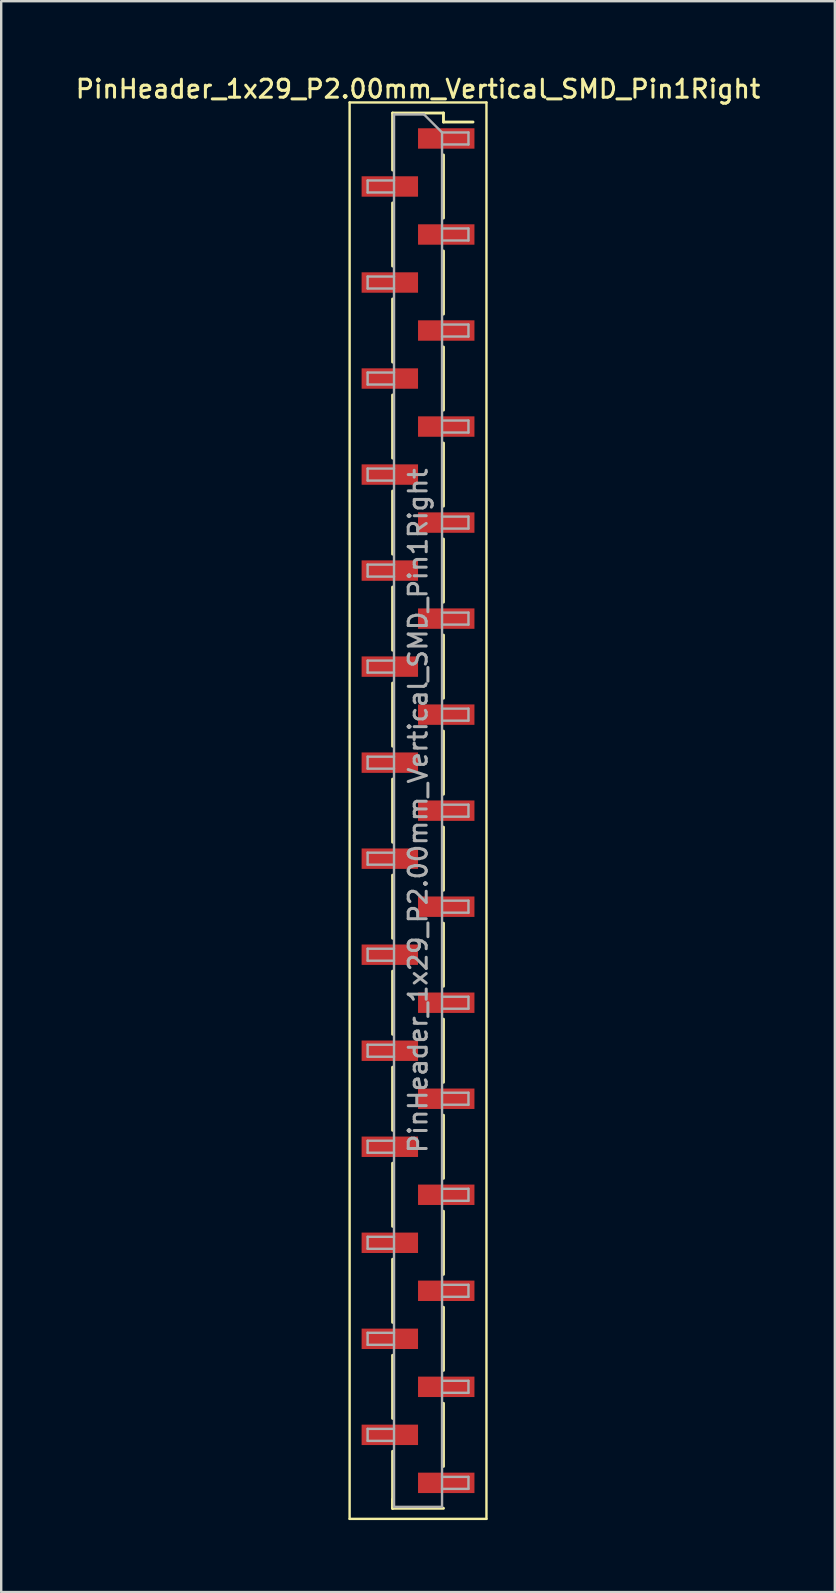
<source format=kicad_pcb>
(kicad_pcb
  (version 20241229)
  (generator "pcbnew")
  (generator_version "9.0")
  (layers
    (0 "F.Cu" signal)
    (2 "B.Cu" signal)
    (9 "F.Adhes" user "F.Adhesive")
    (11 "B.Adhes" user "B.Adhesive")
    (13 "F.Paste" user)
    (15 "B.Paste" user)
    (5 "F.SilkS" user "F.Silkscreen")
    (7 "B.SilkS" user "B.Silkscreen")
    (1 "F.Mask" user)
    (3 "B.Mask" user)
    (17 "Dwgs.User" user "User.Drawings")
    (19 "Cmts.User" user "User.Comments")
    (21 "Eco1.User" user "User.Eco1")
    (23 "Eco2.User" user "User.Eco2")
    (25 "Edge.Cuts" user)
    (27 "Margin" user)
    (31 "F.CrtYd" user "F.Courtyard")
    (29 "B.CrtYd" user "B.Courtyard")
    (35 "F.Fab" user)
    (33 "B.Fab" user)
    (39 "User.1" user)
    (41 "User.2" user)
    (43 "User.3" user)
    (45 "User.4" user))
  (footprint "PinHeader_1x29_P2.00mm_Vertical_SMD_Pin1Right"
    (layer "F.Cu")
    (at 14.363 30.718)
    (property "Reference" "PinHeader_1x29_P2.00mm_Vertical_SMD_Pin1Right" (at 0 -30.06 0) (layer "F.SilkS") (effects (font (size 0.75 0.75) (thickness 0.125))))
    (attr smd)
    (fp_line (start -2.85 -29.5) (end -2.85 29.5) (stroke (width 0.1) (type solid)) (layer "F.SilkS"))
    (fp_line (start -2.85 29.5) (end 2.85 29.5) (stroke (width 0.1) (type solid)) (layer "F.SilkS"))
    (fp_line (start -1.06 -29.06) (end -1.06 -26.685) (stroke (width 0.12) (type solid)) (layer "F.SilkS"))
    (fp_line (start -1.06 -29.06) (end 1.06 -29.06) (stroke (width 0.12) (type solid)) (layer "F.SilkS"))
    (fp_line (start -1.06 -25.315) (end -1.06 -22.685) (stroke (width 0.12) (type solid)) (layer "F.SilkS"))
    (fp_line (start -1.06 -21.315) (end -1.06 -18.685) (stroke (width 0.12) (type solid)) (layer "F.SilkS"))
    (fp_line (start -1.06 -17.315) (end -1.06 -14.685) (stroke (width 0.12) (type solid)) (layer "F.SilkS"))
    (fp_line (start -1.06 -13.315) (end -1.06 -10.685) (stroke (width 0.12) (type solid)) (layer "F.SilkS"))
    (fp_line (start -1.06 -9.315) (end -1.06 -6.685) (stroke (width 0.12) (type solid)) (layer "F.SilkS"))
    (fp_line (start -1.06 -5.315) (end -1.06 -2.685) (stroke (width 0.12) (type solid)) (layer "F.SilkS"))
    (fp_line (start -1.06 -1.315) (end -1.06 1.315) (stroke (width 0.12) (type solid)) (layer "F.SilkS"))
    (fp_line (start -1.06 2.685) (end -1.06 5.315) (stroke (width 0.12) (type solid)) (layer "F.SilkS"))
    (fp_line (start -1.06 6.685) (end -1.06 9.315) (stroke (width 0.12) (type solid)) (layer "F.SilkS"))
    (fp_line (start -1.06 10.685) (end -1.06 13.315) (stroke (width 0.12) (type solid)) (layer "F.SilkS"))
    (fp_line (start -1.06 14.685) (end -1.06 17.315) (stroke (width 0.12) (type solid)) (layer "F.SilkS"))
    (fp_line (start -1.06 18.685) (end -1.06 21.315) (stroke (width 0.12) (type solid)) (layer "F.SilkS"))
    (fp_line (start -1.06 22.685) (end -1.06 25.315) (stroke (width 0.12) (type solid)) (layer "F.SilkS"))
    (fp_line (start -1.06 26.685) (end -1.06 29.06) (stroke (width 0.12) (type solid)) (layer "F.SilkS"))
    (fp_line (start -1.06 28.685) (end -1.06 29.06) (stroke (width 0.12) (type solid)) (layer "F.SilkS"))
    (fp_line (start -1.06 29.06) (end 1.06 29.06) (stroke (width 0.12) (type solid)) (layer "F.SilkS"))
    (fp_line (start 1.06 -29.06) (end 1.06 -28.685) (stroke (width 0.12) (type solid)) (layer "F.SilkS"))
    (fp_line (start 1.06 -28.685) (end 2.29 -28.685) (stroke (width 0.12) (type solid)) (layer "F.SilkS"))
    (fp_line (start 1.06 -27.315) (end 1.06 -24.685) (stroke (width 0.12) (type solid)) (layer "F.SilkS"))
    (fp_line (start 1.06 -23.315) (end 1.06 -20.685) (stroke (width 0.12) (type solid)) (layer "F.SilkS"))
    (fp_line (start 1.06 -19.315) (end 1.06 -16.685) (stroke (width 0.12) (type solid)) (layer "F.SilkS"))
    (fp_line (start 1.06 -15.315) (end 1.06 -12.685) (stroke (width 0.12) (type solid)) (layer "F.SilkS"))
    (fp_line (start 1.06 -11.315) (end 1.06 -8.685) (stroke (width 0.12) (type solid)) (layer "F.SilkS"))
    (fp_line (start 1.06 -7.315) (end 1.06 -4.685) (stroke (width 0.12) (type solid)) (layer "F.SilkS"))
    (fp_line (start 1.06 -3.315) (end 1.06 -0.685) (stroke (width 0.12) (type solid)) (layer "F.SilkS"))
    (fp_line (start 1.06 0.685) (end 1.06 3.315) (stroke (width 0.12) (type solid)) (layer "F.SilkS"))
    (fp_line (start 1.06 4.685) (end 1.06 7.315) (stroke (width 0.12) (type solid)) (layer "F.SilkS"))
    (fp_line (start 1.06 8.685) (end 1.06 11.315) (stroke (width 0.12) (type solid)) (layer "F.SilkS"))
    (fp_line (start 1.06 12.685) (end 1.06 15.315) (stroke (width 0.12) (type solid)) (layer "F.SilkS"))
    (fp_line (start 1.06 16.685) (end 1.06 19.315) (stroke (width 0.12) (type solid)) (layer "F.SilkS"))
    (fp_line (start 1.06 20.685) (end 1.06 23.315) (stroke (width 0.12) (type solid)) (layer "F.SilkS"))
    (fp_line (start 1.06 24.685) (end 1.06 27.315) (stroke (width 0.12) (type solid)) (layer "F.SilkS"))
    (fp_line (start 2.85 -29.5) (end -2.85 -29.5) (stroke (width 0.1) (type solid)) (layer "F.SilkS"))
    (fp_line (start 2.85 29.5) (end 2.85 -29.5) (stroke (width 0.1) (type solid)) (layer "F.SilkS"))
    (fp_line (start -2.1 -26.25) (end -2.1 -25.75) (stroke (width 0.1) (type solid)) (layer "F.Fab"))
    (fp_line (start -2.1 -25.75) (end -1 -25.75) (stroke (width 0.1) (type solid)) (layer "F.Fab"))
    (fp_line (start -2.1 -22.25) (end -2.1 -21.75) (stroke (width 0.1) (type solid)) (layer "F.Fab"))
    (fp_line (start -2.1 -21.75) (end -1 -21.75) (stroke (width 0.1) (type solid)) (layer "F.Fab"))
    (fp_line (start -2.1 -18.25) (end -2.1 -17.75) (stroke (width 0.1) (type solid)) (layer "F.Fab"))
    (fp_line (start -2.1 -17.75) (end -1 -17.75) (stroke (width 0.1) (type solid)) (layer "F.Fab"))
    (fp_line (start -2.1 -14.25) (end -2.1 -13.75) (stroke (width 0.1) (type solid)) (layer "F.Fab"))
    (fp_line (start -2.1 -13.75) (end -1 -13.75) (stroke (width 0.1) (type solid)) (layer "F.Fab"))
    (fp_line (start -2.1 -10.25) (end -2.1 -9.75) (stroke (width 0.1) (type solid)) (layer "F.Fab"))
    (fp_line (start -2.1 -9.75) (end -1 -9.75) (stroke (width 0.1) (type solid)) (layer "F.Fab"))
    (fp_line (start -2.1 -6.25) (end -2.1 -5.75) (stroke (width 0.1) (type solid)) (layer "F.Fab"))
    (fp_line (start -2.1 -5.75) (end -1 -5.75) (stroke (width 0.1) (type solid)) (layer "F.Fab"))
    (fp_line (start -2.1 -2.25) (end -2.1 -1.75) (stroke (width 0.1) (type solid)) (layer "F.Fab"))
    (fp_line (start -2.1 -1.75) (end -1 -1.75) (stroke (width 0.1) (type solid)) (layer "F.Fab"))
    (fp_line (start -2.1 1.75) (end -2.1 2.25) (stroke (width 0.1) (type solid)) (layer "F.Fab"))
    (fp_line (start -2.1 2.25) (end -1 2.25) (stroke (width 0.1) (type solid)) (layer "F.Fab"))
    (fp_line (start -2.1 5.75) (end -2.1 6.25) (stroke (width 0.1) (type solid)) (layer "F.Fab"))
    (fp_line (start -2.1 6.25) (end -1 6.25) (stroke (width 0.1) (type solid)) (layer "F.Fab"))
    (fp_line (start -2.1 9.75) (end -2.1 10.25) (stroke (width 0.1) (type solid)) (layer "F.Fab"))
    (fp_line (start -2.1 10.25) (end -1 10.25) (stroke (width 0.1) (type solid)) (layer "F.Fab"))
    (fp_line (start -2.1 13.75) (end -2.1 14.25) (stroke (width 0.1) (type solid)) (layer "F.Fab"))
    (fp_line (start -2.1 14.25) (end -1 14.25) (stroke (width 0.1) (type solid)) (layer "F.Fab"))
    (fp_line (start -2.1 17.75) (end -2.1 18.25) (stroke (width 0.1) (type solid)) (layer "F.Fab"))
    (fp_line (start -2.1 18.25) (end -1 18.25) (stroke (width 0.1) (type solid)) (layer "F.Fab"))
    (fp_line (start -2.1 21.75) (end -2.1 22.25) (stroke (width 0.1) (type solid)) (layer "F.Fab"))
    (fp_line (start -2.1 22.25) (end -1 22.25) (stroke (width 0.1) (type solid)) (layer "F.Fab"))
    (fp_line (start -2.1 25.75) (end -2.1 26.25) (stroke (width 0.1) (type solid)) (layer "F.Fab"))
    (fp_line (start -2.1 26.25) (end -1 26.25) (stroke (width 0.1) (type solid)) (layer "F.Fab"))
    (fp_line (start -1 -29) (end -1 29) (stroke (width 0.1) (type solid)) (layer "F.Fab"))
    (fp_line (start -1 -29) (end 0.25 -29) (stroke (width 0.1) (type solid)) (layer "F.Fab"))
    (fp_line (start -1 -26.25) (end -2.1 -26.25) (stroke (width 0.1) (type solid)) (layer "F.Fab"))
    (fp_line (start -1 -22.25) (end -2.1 -22.25) (stroke (width 0.1) (type solid)) (layer "F.Fab"))
    (fp_line (start -1 -18.25) (end -2.1 -18.25) (stroke (width 0.1) (type solid)) (layer "F.Fab"))
    (fp_line (start -1 -14.25) (end -2.1 -14.25) (stroke (width 0.1) (type solid)) (layer "F.Fab"))
    (fp_line (start -1 -10.25) (end -2.1 -10.25) (stroke (width 0.1) (type solid)) (layer "F.Fab"))
    (fp_line (start -1 -6.25) (end -2.1 -6.25) (stroke (width 0.1) (type solid)) (layer "F.Fab"))
    (fp_line (start -1 -2.25) (end -2.1 -2.25) (stroke (width 0.1) (type solid)) (layer "F.Fab"))
    (fp_line (start -1 1.75) (end -2.1 1.75) (stroke (width 0.1) (type solid)) (layer "F.Fab"))
    (fp_line (start -1 5.75) (end -2.1 5.75) (stroke (width 0.1) (type solid)) (layer "F.Fab"))
    (fp_line (start -1 9.75) (end -2.1 9.75) (stroke (width 0.1) (type solid)) (layer "F.Fab"))
    (fp_line (start -1 13.75) (end -2.1 13.75) (stroke (width 0.1) (type solid)) (layer "F.Fab"))
    (fp_line (start -1 17.75) (end -2.1 17.75) (stroke (width 0.1) (type solid)) (layer "F.Fab"))
    (fp_line (start -1 21.75) (end -2.1 21.75) (stroke (width 0.1) (type solid)) (layer "F.Fab"))
    (fp_line (start -1 25.75) (end -2.1 25.75) (stroke (width 0.1) (type solid)) (layer "F.Fab"))
    (fp_line (start 1 -28.25) (end 0.25 -29) (stroke (width 0.1) (type solid)) (layer "F.Fab"))
    (fp_line (start 1 -28.25) (end 2.1 -28.25) (stroke (width 0.1) (type solid)) (layer "F.Fab"))
    (fp_line (start 1 -24.25) (end 2.1 -24.25) (stroke (width 0.1) (type solid)) (layer "F.Fab"))
    (fp_line (start 1 -20.25) (end 2.1 -20.25) (stroke (width 0.1) (type solid)) (layer "F.Fab"))
    (fp_line (start 1 -16.25) (end 2.1 -16.25) (stroke (width 0.1) (type solid)) (layer "F.Fab"))
    (fp_line (start 1 -12.25) (end 2.1 -12.25) (stroke (width 0.1) (type solid)) (layer "F.Fab"))
    (fp_line (start 1 -8.25) (end 2.1 -8.25) (stroke (width 0.1) (type solid)) (layer "F.Fab"))
    (fp_line (start 1 -4.25) (end 2.1 -4.25) (stroke (width 0.1) (type solid)) (layer "F.Fab"))
    (fp_line (start 1 -0.25) (end 2.1 -0.25) (stroke (width 0.1) (type solid)) (layer "F.Fab"))
    (fp_line (start 1 3.75) (end 2.1 3.75) (stroke (width 0.1) (type solid)) (layer "F.Fab"))
    (fp_line (start 1 7.75) (end 2.1 7.75) (stroke (width 0.1) (type solid)) (layer "F.Fab"))
    (fp_line (start 1 11.75) (end 2.1 11.75) (stroke (width 0.1) (type solid)) (layer "F.Fab"))
    (fp_line (start 1 15.75) (end 2.1 15.75) (stroke (width 0.1) (type solid)) (layer "F.Fab"))
    (fp_line (start 1 19.75) (end 2.1 19.75) (stroke (width 0.1) (type solid)) (layer "F.Fab"))
    (fp_line (start 1 23.75) (end 2.1 23.75) (stroke (width 0.1) (type solid)) (layer "F.Fab"))
    (fp_line (start 1 27.75) (end 2.1 27.75) (stroke (width 0.1) (type solid)) (layer "F.Fab"))
    (fp_line (start 1 29) (end -1 29) (stroke (width 0.1) (type solid)) (layer "F.Fab"))
    (fp_line (start 1 29) (end 1 -28.25) (stroke (width 0.1) (type solid)) (layer "F.Fab"))
    (fp_line (start 2.1 -28.25) (end 2.1 -27.75) (stroke (width 0.1) (type solid)) (layer "F.Fab"))
    (fp_line (start 2.1 -27.75) (end 1 -27.75) (stroke (width 0.1) (type solid)) (layer "F.Fab"))
    (fp_line (start 2.1 -24.25) (end 2.1 -23.75) (stroke (width 0.1) (type solid)) (layer "F.Fab"))
    (fp_line (start 2.1 -23.75) (end 1 -23.75) (stroke (width 0.1) (type solid)) (layer "F.Fab"))
    (fp_line (start 2.1 -20.25) (end 2.1 -19.75) (stroke (width 0.1) (type solid)) (layer "F.Fab"))
    (fp_line (start 2.1 -19.75) (end 1 -19.75) (stroke (width 0.1) (type solid)) (layer "F.Fab"))
    (fp_line (start 2.1 -16.25) (end 2.1 -15.75) (stroke (width 0.1) (type solid)) (layer "F.Fab"))
    (fp_line (start 2.1 -15.75) (end 1 -15.75) (stroke (width 0.1) (type solid)) (layer "F.Fab"))
    (fp_line (start 2.1 -12.25) (end 2.1 -11.75) (stroke (width 0.1) (type solid)) (layer "F.Fab"))
    (fp_line (start 2.1 -11.75) (end 1 -11.75) (stroke (width 0.1) (type solid)) (layer "F.Fab"))
    (fp_line (start 2.1 -8.25) (end 2.1 -7.75) (stroke (width 0.1) (type solid)) (layer "F.Fab"))
    (fp_line (start 2.1 -7.75) (end 1 -7.75) (stroke (width 0.1) (type solid)) (layer "F.Fab"))
    (fp_line (start 2.1 -4.25) (end 2.1 -3.75) (stroke (width 0.1) (type solid)) (layer "F.Fab"))
    (fp_line (start 2.1 -3.75) (end 1 -3.75) (stroke (width 0.1) (type solid)) (layer "F.Fab"))
    (fp_line (start 2.1 -0.25) (end 2.1 0.25) (stroke (width 0.1) (type solid)) (layer "F.Fab"))
    (fp_line (start 2.1 0.25) (end 1 0.25) (stroke (width 0.1) (type solid)) (layer "F.Fab"))
    (fp_line (start 2.1 3.75) (end 2.1 4.25) (stroke (width 0.1) (type solid)) (layer "F.Fab"))
    (fp_line (start 2.1 4.25) (end 1 4.25) (stroke (width 0.1) (type solid)) (layer "F.Fab"))
    (fp_line (start 2.1 7.75) (end 2.1 8.25) (stroke (width 0.1) (type solid)) (layer "F.Fab"))
    (fp_line (start 2.1 8.25) (end 1 8.25) (stroke (width 0.1) (type solid)) (layer "F.Fab"))
    (fp_line (start 2.1 11.75) (end 2.1 12.25) (stroke (width 0.1) (type solid)) (layer "F.Fab"))
    (fp_line (start 2.1 12.25) (end 1 12.25) (stroke (width 0.1) (type solid)) (layer "F.Fab"))
    (fp_line (start 2.1 15.75) (end 2.1 16.25) (stroke (width 0.1) (type solid)) (layer "F.Fab"))
    (fp_line (start 2.1 16.25) (end 1 16.25) (stroke (width 0.1) (type solid)) (layer "F.Fab"))
    (fp_line (start 2.1 19.75) (end 2.1 20.25) (stroke (width 0.1) (type solid)) (layer "F.Fab"))
    (fp_line (start 2.1 20.25) (end 1 20.25) (stroke (width 0.1) (type solid)) (layer "F.Fab"))
    (fp_line (start 2.1 23.75) (end 2.1 24.25) (stroke (width 0.1) (type solid)) (layer "F.Fab"))
    (fp_line (start 2.1 24.25) (end 1 24.25) (stroke (width 0.1) (type solid)) (layer "F.Fab"))
    (fp_line (start 2.1 27.75) (end 2.1 28.25) (stroke (width 0.1) (type solid)) (layer "F.Fab"))
    (fp_line (start 2.1 28.25) (end 1 28.25) (stroke (width 0.1) (type solid)) (layer "F.Fab"))
    (fp_text user "${REFERENCE}" (at 0 0 90) (layer "F.Fab") (effects (font (size 0.75 0.75) (thickness 0.125))))
    (pad "1" smd rect (at 1.175 -28) (size 2.35 0.85) (layers "F.Cu" "F.Mask" "F.Paste"))
    (pad "2" smd rect (at -1.175 -26) (size 2.35 0.85) (layers "F.Cu" "F.Mask" "F.Paste"))
    (pad "3" smd rect (at 1.175 -24) (size 2.35 0.85) (layers "F.Cu" "F.Mask" "F.Paste"))
    (pad "4" smd rect (at -1.175 -22) (size 2.35 0.85) (layers "F.Cu" "F.Mask" "F.Paste"))
    (pad "5" smd rect (at 1.175 -20) (size 2.35 0.85) (layers "F.Cu" "F.Mask" "F.Paste"))
    (pad "6" smd rect (at -1.175 -18) (size 2.35 0.85) (layers "F.Cu" "F.Mask" "F.Paste"))
    (pad "7" smd rect (at 1.175 -16) (size 2.35 0.85) (layers "F.Cu" "F.Mask" "F.Paste"))
    (pad "8" smd rect (at -1.175 -14) (size 2.35 0.85) (layers "F.Cu" "F.Mask" "F.Paste"))
    (pad "9" smd rect (at 1.175 -12) (size 2.35 0.85) (layers "F.Cu" "F.Mask" "F.Paste"))
    (pad "10" smd rect (at -1.175 -10) (size 2.35 0.85) (layers "F.Cu" "F.Mask" "F.Paste"))
    (pad "11" smd rect (at 1.175 -8) (size 2.35 0.85) (layers "F.Cu" "F.Mask" "F.Paste"))
    (pad "12" smd rect (at -1.175 -6) (size 2.35 0.85) (layers "F.Cu" "F.Mask" "F.Paste"))
    (pad "13" smd rect (at 1.175 -4) (size 2.35 0.85) (layers "F.Cu" "F.Mask" "F.Paste"))
    (pad "14" smd rect (at -1.175 -2) (size 2.35 0.85) (layers "F.Cu" "F.Mask" "F.Paste"))
    (pad "15" smd rect (at 1.175 0) (size 2.35 0.85) (layers "F.Cu" "F.Mask" "F.Paste"))
    (pad "16" smd rect (at -1.175 2) (size 2.35 0.85) (layers "F.Cu" "F.Mask" "F.Paste"))
    (pad "17" smd rect (at 1.175 4) (size 2.35 0.85) (layers "F.Cu" "F.Mask" "F.Paste"))
    (pad "18" smd rect (at -1.175 6) (size 2.35 0.85) (layers "F.Cu" "F.Mask" "F.Paste"))
    (pad "19" smd rect (at 1.175 8) (size 2.35 0.85) (layers "F.Cu" "F.Mask" "F.Paste"))
    (pad "20" smd rect (at -1.175 10) (size 2.35 0.85) (layers "F.Cu" "F.Mask" "F.Paste"))
    (pad "21" smd rect (at 1.175 12) (size 2.35 0.85) (layers "F.Cu" "F.Mask" "F.Paste"))
    (pad "22" smd rect (at -1.175 14) (size 2.35 0.85) (layers "F.Cu" "F.Mask" "F.Paste"))
    (pad "23" smd rect (at 1.175 16) (size 2.35 0.85) (layers "F.Cu" "F.Mask" "F.Paste"))
    (pad "24" smd rect (at -1.175 18) (size 2.35 0.85) (layers "F.Cu" "F.Mask" "F.Paste"))
    (pad "25" smd rect (at 1.175 20) (size 2.35 0.85) (layers "F.Cu" "F.Mask" "F.Paste"))
    (pad "26" smd rect (at -1.175 22) (size 2.35 0.85) (layers "F.Cu" "F.Mask" "F.Paste"))
    (pad "27" smd rect (at 1.175 24) (size 2.35 0.85) (layers "F.Cu" "F.Mask" "F.Paste"))
    (pad "28" smd rect (at -1.175 26) (size 2.35 0.85) (layers "F.Cu" "F.Mask" "F.Paste"))
    (pad "29" smd rect (at 1.175 28) (size 2.35 0.85) (layers "F.Cu" "F.Mask" "F.Paste")))
  (gr_rect
    (start -3 -3)
    (end 31.725 63.268)
    (stroke (width 0.1) (type default))
    (fill no)
    (layer "Edge.Cuts")))
</source>
